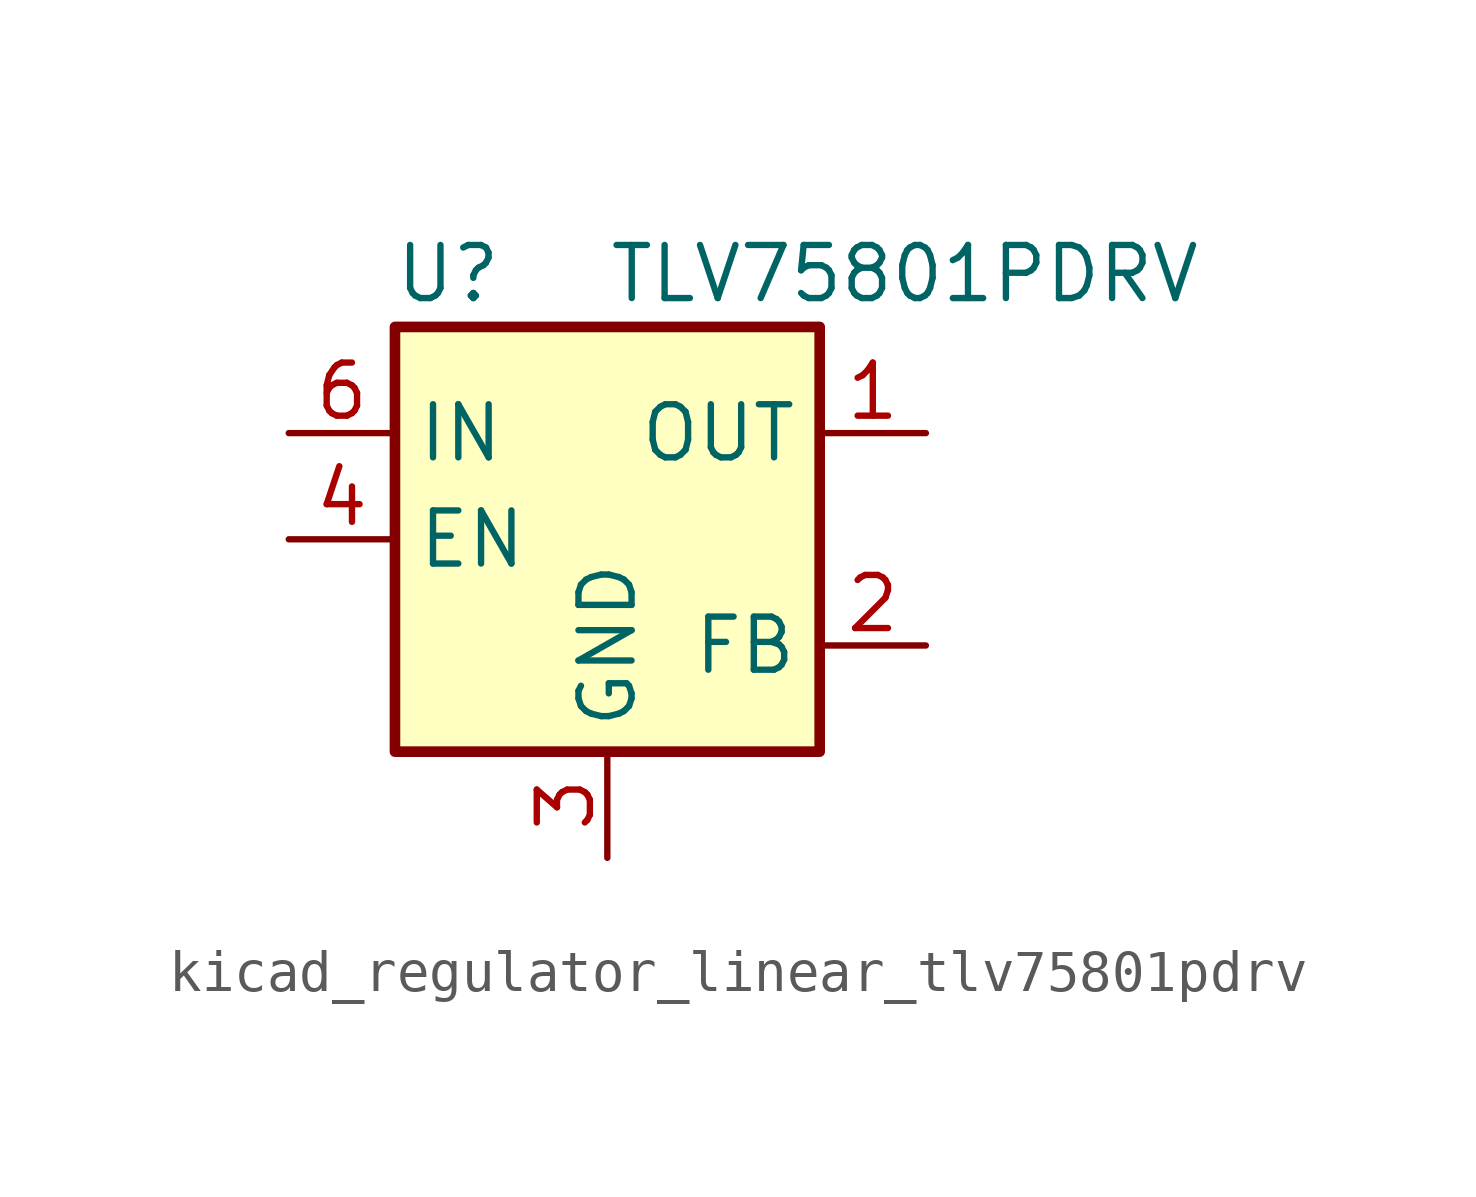
<source format=kicad_sym>
(kicad_symbol_lib
  (version 20220914)
  (generator kicad_symbol_editor)
  (symbol "kicad_regulator_linear_tlv75801pdrv"
    (property "Reference" "U"
      (at -3.81 6.35 0)
      (effects (font (size 1.27 1.27))))
    (property "Value" "TLV75801PDRV"
      (at 0 6.35 0)
      (effects (font (size 1.27 1.27)) (justify left)))
    (symbol "kicad_regulator_linear_tlv75801pdrv_0_1"
      (rectangle (start 5.08 -5.08) (end -5.08 5.08) (stroke (width 0.254) (type default)) (fill (type background))))
    (symbol "kicad_regulator_linear_tlv75801pdrv_1_1"
      (pin power_out line (at 7.62 2.54 180) (length 2.54) (name "OUT" (effects (font (size 1.27 1.27)))) (number "1" (effects (font (size 1.27 1.27)))))
      (pin input line (at 7.62 -2.54 180) (length 2.54) (name "FB" (effects (font (size 1.27 1.27)))) (number "2" (effects (font (size 1.27 1.27)))))
      (pin power_in line (at 0 -7.62 90) (length 2.54) (name "GND" (effects (font (size 1.27 1.27)))) (number "3" (effects (font (size 1.27 1.27)))))
      (pin input line (at -7.62 0 0) (length 2.54) (name "EN" (effects (font (size 1.27 1.27)))) (number "4" (effects (font (size 1.27 1.27)))))
      (pin no_connect line (at 5.08 0 180) (length 2.54) hide (name "DNC" (effects (font (size 1.27 1.27)))) (number "5" (effects (font (size 1.27 1.27)))))
      (pin power_in line (at -7.62 2.54 0) (length 2.54) (name "IN" (effects (font (size 1.27 1.27)))) (number "6" (effects (font (size 1.27 1.27)))))
      (pin passive line (at 0 -7.62 90) (length 2.54) hide (name "GND" (effects (font (size 1.27 1.27)))) (number "7" (effects (font (size 1.27 1.27))))))))
</source>
